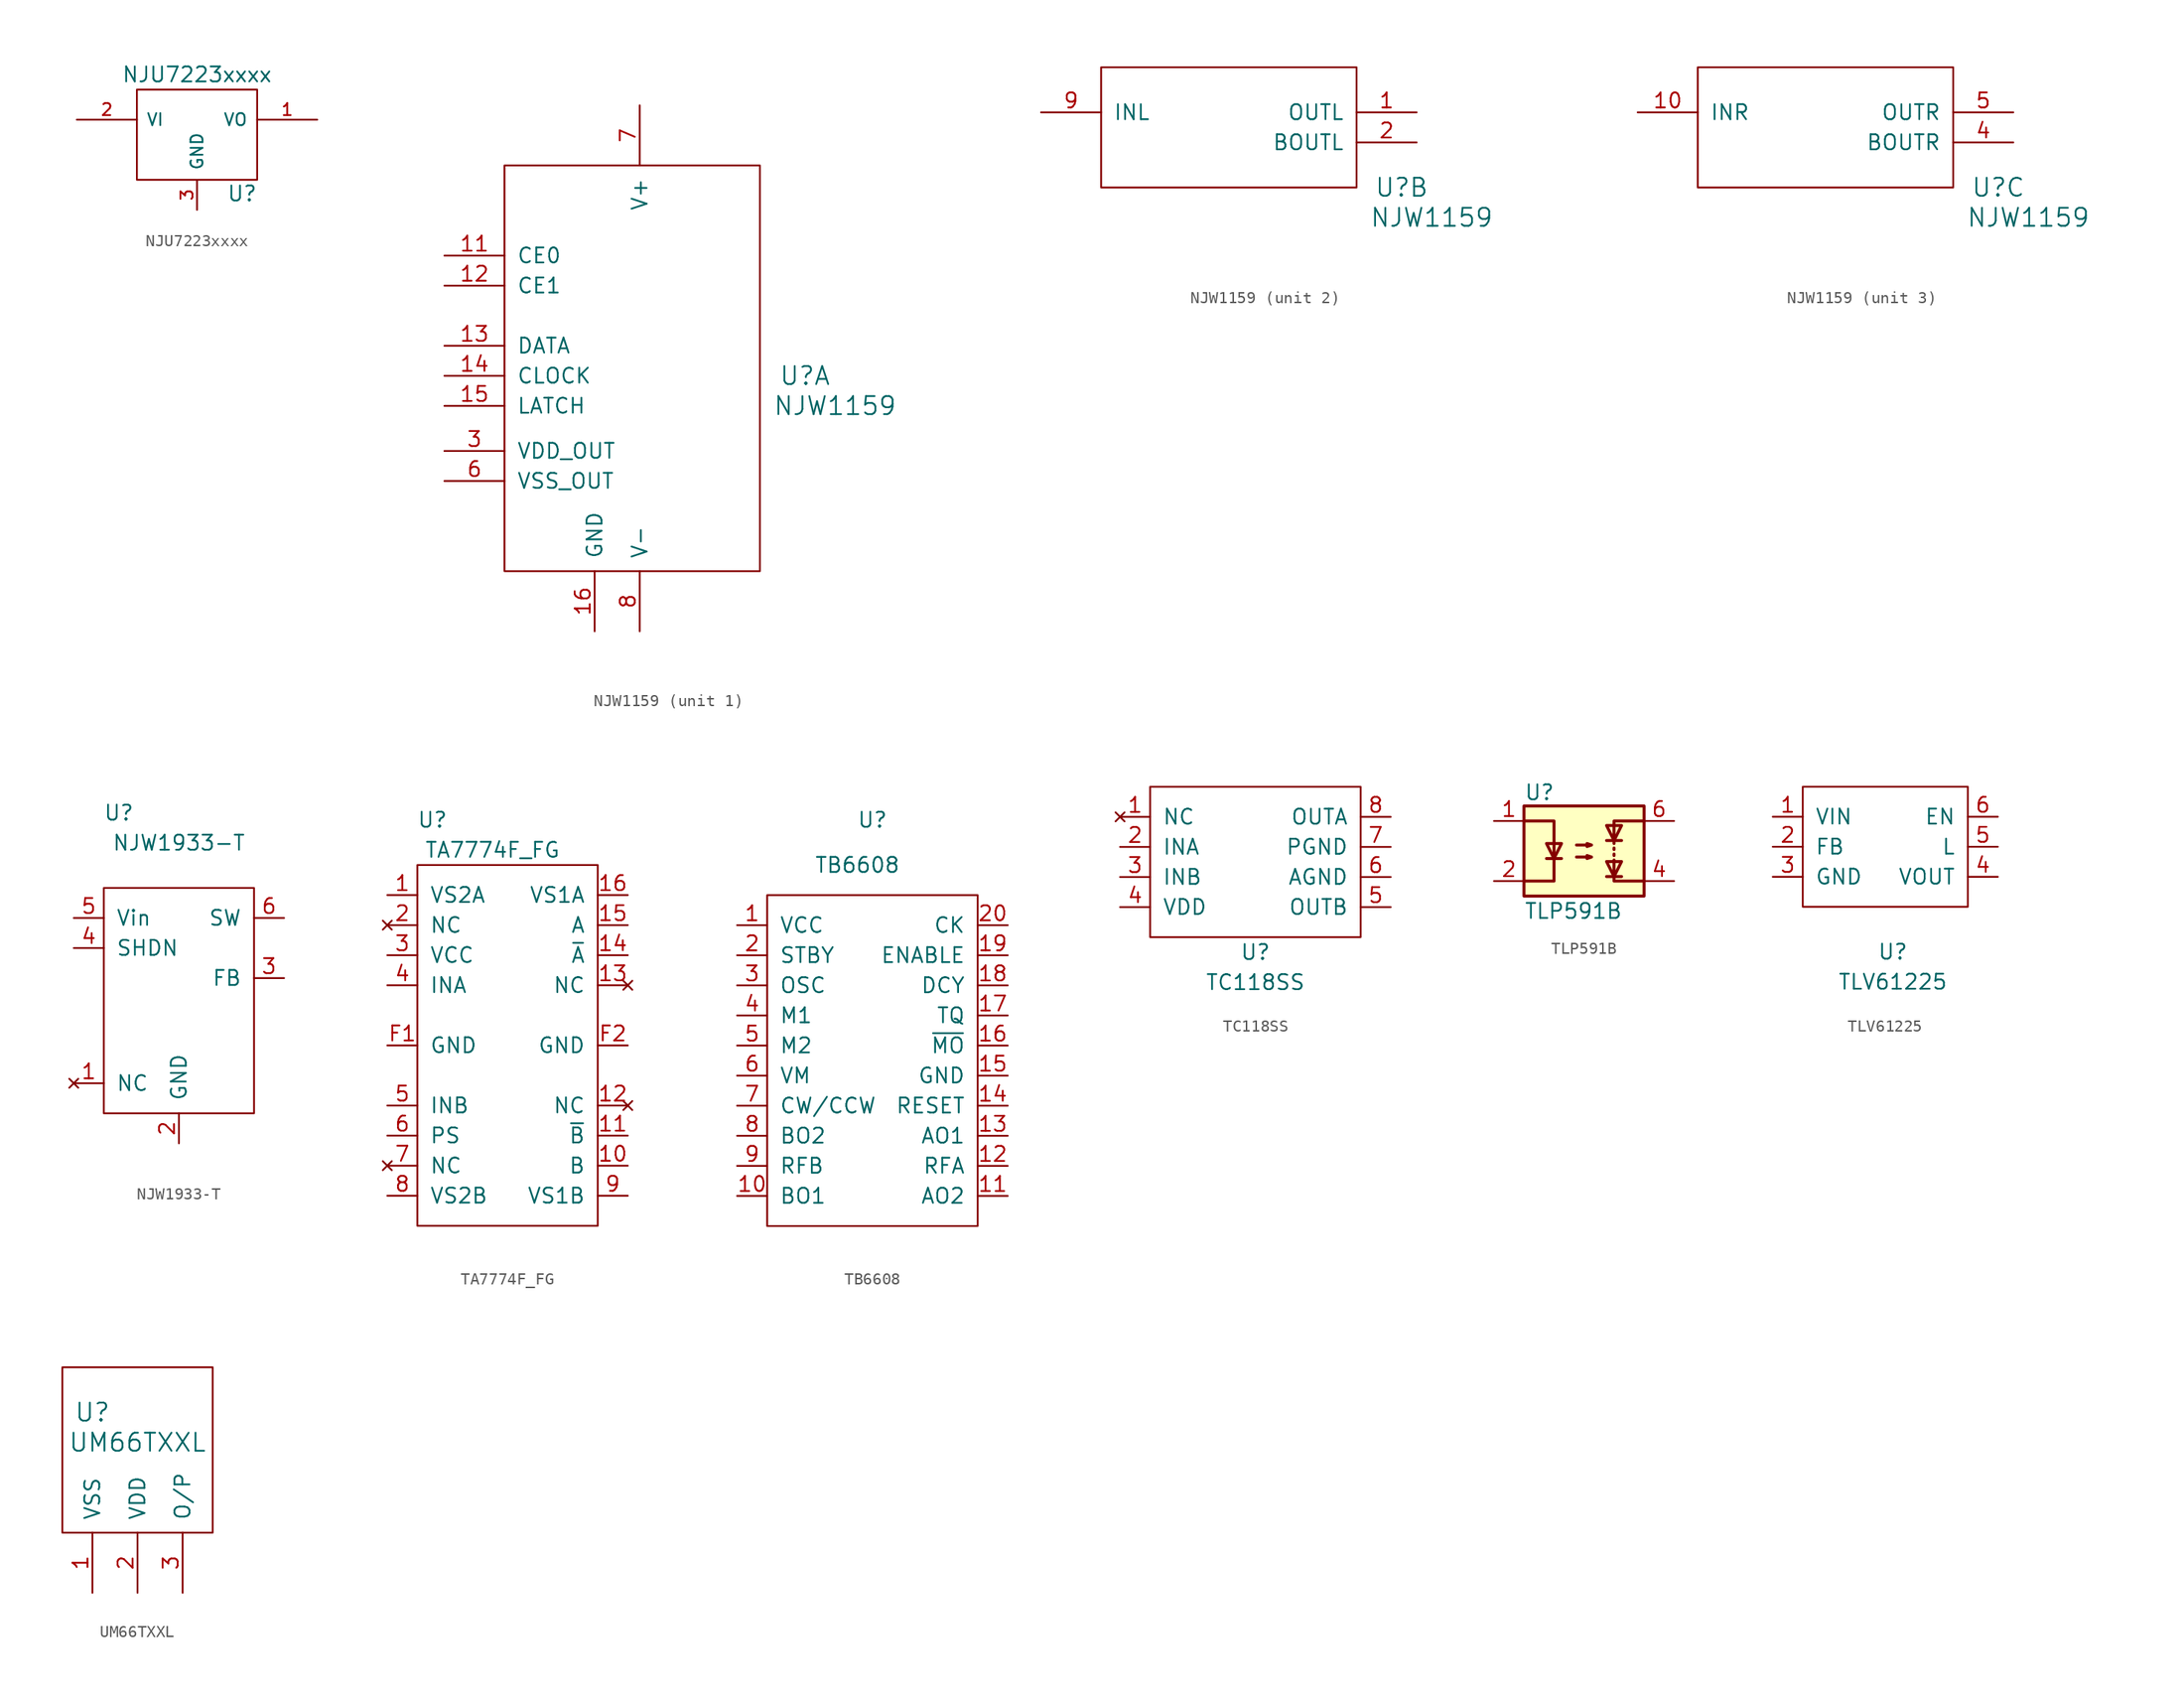
<source format=kicad_sym>
(kicad_symbol_lib
  (version 20220914)
  (generator kicad_symbol_editor)
  (symbol "NJU7223xxxx"
    (pin_names
      (offset 0.762))
    (property "Reference" "U"
      (at 3.81 -4.978 0)
      (effects (font (size 1.27 1.27))))
    (property "Value" "NJU7223xxxx"
      (at 0 5.08 0)
      (effects (font (size 1.27 1.27))))
    (property "Datasheet" ""
      (at 0 0 0)
      (effects (font (size 1.27 1.27))))
    (symbol "NJU7223xxxx_0_1"
      (rectangle (start -5.08 -3.81) (end 5.08 3.81) (stroke (width 0) (type solid)) (fill (type none))))
    (symbol "NJU7223xxxx_1_1"
      (pin power_out line (at 10.16 1.27 180) (length 5.08) (name "VO" (effects (font (size 1.016 1.016)))) (number "1" (effects (font (size 1.016 1.016)))))
      (pin power_in line (at -10.16 1.27 0) (length 5.08) (name "VI" (effects (font (size 1.016 1.016)))) (number "2" (effects (font (size 1.016 1.016)))))
      (pin power_in line (at 0 -6.35 90) (length 2.54) (name "GND" (effects (font (size 1.016 1.016)))) (number "3" (effects (font (size 1.016 1.016)))))))
  (symbol "NJW1159"
    (pin_names
      (offset 1.016))
    (property "Reference" "U"
      (at 15.24 -6.35 0)
      (effects (font (size 1.524 1.524))))
    (property "Value" "NJW1159"
      (at 17.78 -8.89 0)
      (effects (font (size 1.524 1.524))))
    (property "Footprint" ""
      (at -10.16 -12.7 0)
      (effects (font (size 1.524 1.524))))
    (property "Datasheet" ""
      (at -10.16 -12.7 0)
      (effects (font (size 1.524 1.524))))
    (property "ki_locked" ""
      (at 0 0 0)
      (effects (font (size 1.27 1.27))))
    (symbol "NJW1159_1_1"
      (rectangle (start -10.16 11.43) (end 11.43 -22.86) (stroke (width 0) (type solid)) (fill (type none)))
      (pin input line (at -15.24 3.81 0) (length 5.08) (name "CE0" (effects (font (size 1.27 1.27)))) (number "11" (effects (font (size 1.27 1.27)))))
      (pin input line (at -15.24 1.27 0) (length 5.08) (name "CE1" (effects (font (size 1.27 1.27)))) (number "12" (effects (font (size 1.27 1.27)))))
      (pin input line (at -15.24 -3.81 0) (length 5.08) (name "DATA" (effects (font (size 1.27 1.27)))) (number "13" (effects (font (size 1.27 1.27)))))
      (pin input line (at -15.24 -6.35 0) (length 5.08) (name "CLOCK" (effects (font (size 1.27 1.27)))) (number "14" (effects (font (size 1.27 1.27)))))
      (pin input line (at -15.24 -8.89 0) (length 5.08) (name "LATCH" (effects (font (size 1.27 1.27)))) (number "15" (effects (font (size 1.27 1.27)))))
      (pin power_in line (at -2.54 -27.94 90) (length 5.08) (name "GND" (effects (font (size 1.27 1.27)))) (number "16" (effects (font (size 1.27 1.27)))))
      (pin passive line (at -15.24 -12.7 0) (length 5.08) (name "VDD_OUT" (effects (font (size 1.27 1.27)))) (number "3" (effects (font (size 1.27 1.27)))))
      (pin passive line (at -15.24 -15.24 0) (length 5.08) (name "VSS_OUT" (effects (font (size 1.27 1.27)))) (number "6" (effects (font (size 1.27 1.27)))))
      (pin power_in line (at 1.27 16.51 270) (length 5.08) (name "V+" (effects (font (size 1.27 1.27)))) (number "7" (effects (font (size 1.27 1.27)))))
      (pin power_in line (at 1.27 -27.94 90) (length 5.08) (name "V-" (effects (font (size 1.27 1.27)))) (number "8" (effects (font (size 1.27 1.27))))))
    (symbol "NJW1159_2_1"
      (rectangle (start -10.16 3.81) (end 11.43 -6.35) (stroke (width 0) (type solid)) (fill (type none)))
      (pin output line (at 16.51 0 180) (length 5.08) (name "OUTL" (effects (font (size 1.27 1.27)))) (number "1" (effects (font (size 1.27 1.27)))))
      (pin output line (at 16.51 -2.54 180) (length 5.08) (name "BOUTL" (effects (font (size 1.27 1.27)))) (number "2" (effects (font (size 1.27 1.27)))))
      (pin input line (at -15.24 0 0) (length 5.08) (name "INL" (effects (font (size 1.27 1.27)))) (number "9" (effects (font (size 1.27 1.27))))))
    (symbol "NJW1159_3_1"
      (rectangle (start -10.16 3.81) (end 11.43 -6.35) (stroke (width 0) (type solid)) (fill (type none)))
      (pin input line (at -15.24 0 0) (length 5.08) (name "INR" (effects (font (size 1.27 1.27)))) (number "10" (effects (font (size 1.27 1.27)))))
      (pin output line (at 16.51 -2.54 180) (length 5.08) (name "BOUTR" (effects (font (size 1.27 1.27)))) (number "4" (effects (font (size 1.27 1.27)))))
      (pin output line (at 16.51 0 180) (length 5.08) (name "OUTR" (effects (font (size 1.27 1.27)))) (number "5" (effects (font (size 1.27 1.27)))))))
  (symbol "NJW1933-T"
    (pin_names
      (offset 1.016))
    (property "Reference" "U"
      (at -5.08 16.51 0)
      (effects (font (size 1.27 1.27))))
    (property "Value" "NJW1933-T"
      (at 0 13.97 0)
      (effects (font (size 1.27 1.27))))
    (symbol "NJW1933-T_0_0"
      (pin no_connect line (at -8.89 -6.35 0) (length 2.54) (name "NC" (effects (font (size 1.27 1.27)))) (number "1" (effects (font (size 1.27 1.27)))))
      (pin power_in line (at 0 -11.43 90) (length 2.54) (name "GND" (effects (font (size 1.27 1.27)))) (number "2" (effects (font (size 1.27 1.27)))))
      (pin input line (at 8.89 2.54 180) (length 2.54) (name "FB" (effects (font (size 1.27 1.27)))) (number "3" (effects (font (size 1.27 1.27)))))
      (pin input line (at -8.89 5.08 0) (length 2.54) (name "SHDN" (effects (font (size 1.27 1.27)))) (number "4" (effects (font (size 1.27 1.27)))))
      (pin power_in line (at -8.89 7.62 0) (length 2.54) (name "Vin" (effects (font (size 1.27 1.27)))) (number "5" (effects (font (size 1.27 1.27)))))
      (pin output line (at 8.89 7.62 180) (length 2.54) (name "SW" (effects (font (size 1.27 1.27)))) (number "6" (effects (font (size 1.27 1.27))))))
    (symbol "NJW1933-T_0_1"
      (rectangle (start -6.35 10.16) (end 6.35 -8.89) (stroke (width 0) (type solid)) (fill (type none)))))
  (symbol "TA7774F_FG"
    (pin_names
      (offset 1.016))
    (property "Reference" "U"
      (at -6.35 19.05 0)
      (effects (font (size 1.27 1.27))))
    (property "Value" "TA7774F_FG"
      (at -1.27 16.51 0)
      (effects (font (size 1.27 1.27))))
    (symbol "TA7774F_FG_0_0"
      (pin input line (at -10.16 12.7 0) (length 2.54) (name "VS2A" (effects (font (size 1.27 1.27)))) (number "1" (effects (font (size 1.27 1.27)))))
      (pin output line (at 10.16 -10.16 180) (length 2.54) (name "B" (effects (font (size 1.27 1.27)))) (number "10" (effects (font (size 1.27 1.27)))))
      (pin output line (at 10.16 -7.62 180) (length 2.54) (name "~{B}" (effects (font (size 1.27 1.27)))) (number "11" (effects (font (size 1.27 1.27)))))
      (pin no_connect line (at 10.16 -5.08 180) (length 2.54) (name "NC" (effects (font (size 1.27 1.27)))) (number "12" (effects (font (size 1.27 1.27)))))
      (pin no_connect line (at 10.16 5.08 180) (length 2.54) (name "NC" (effects (font (size 1.27 1.27)))) (number "13" (effects (font (size 1.27 1.27)))))
      (pin output line (at 10.16 7.62 180) (length 2.54) (name "~{A}" (effects (font (size 1.27 1.27)))) (number "14" (effects (font (size 1.27 1.27)))))
      (pin output line (at 10.16 10.16 180) (length 2.54) (name "A" (effects (font (size 1.27 1.27)))) (number "15" (effects (font (size 1.27 1.27)))))
      (pin input line (at 10.16 12.7 180) (length 2.54) (name "VS1A" (effects (font (size 1.27 1.27)))) (number "16" (effects (font (size 1.27 1.27)))))
      (pin no_connect line (at -10.16 10.16 0) (length 2.54) (name "NC" (effects (font (size 1.27 1.27)))) (number "2" (effects (font (size 1.27 1.27)))))
      (pin power_in line (at -10.16 7.62 0) (length 2.54) (name "VCC" (effects (font (size 1.27 1.27)))) (number "3" (effects (font (size 1.27 1.27)))))
      (pin input line (at -10.16 5.08 0) (length 2.54) (name "INA" (effects (font (size 1.27 1.27)))) (number "4" (effects (font (size 1.27 1.27)))))
      (pin input line (at -10.16 -5.08 0) (length 2.54) (name "INB" (effects (font (size 1.27 1.27)))) (number "5" (effects (font (size 1.27 1.27)))))
      (pin input line (at -10.16 -7.62 0) (length 2.54) (name "PS" (effects (font (size 1.27 1.27)))) (number "6" (effects (font (size 1.27 1.27)))))
      (pin no_connect line (at -10.16 -10.16 0) (length 2.54) (name "NC" (effects (font (size 1.27 1.27)))) (number "7" (effects (font (size 1.27 1.27)))))
      (pin input line (at -10.16 -12.7 0) (length 2.54) (name "VS2B" (effects (font (size 1.27 1.27)))) (number "8" (effects (font (size 1.27 1.27)))))
      (pin input line (at 10.16 -12.7 180) (length 2.54) (name "VS1B" (effects (font (size 1.27 1.27)))) (number "9" (effects (font (size 1.27 1.27)))))
      (pin power_in line (at -10.16 0 0) (length 2.54) (name "GND" (effects (font (size 1.27 1.27)))) (number "F1" (effects (font (size 1.27 1.27)))))
      (pin power_in line (at 10.16 0 180) (length 2.54) (name "GND" (effects (font (size 1.27 1.27)))) (number "F2" (effects (font (size 1.27 1.27))))))
    (symbol "TA7774F_FG_0_1"
      (rectangle (start -7.62 15.24) (end 7.62 -15.24) (stroke (width 0) (type solid)) (fill (type none)))))
  (symbol "TB6608"
    (pin_names
      (offset 1.016))
    (property "Reference" "U"
      (at 0 20.32 0)
      (effects (font (size 1.27 1.27))))
    (property "Value" "TB6608"
      (at -1.27 16.51 0)
      (effects (font (size 1.27 1.27))))
    (symbol "TB6608_0_0"
      (pin power_in line (at -11.43 11.43 0) (length 2.54) (name "VCC" (effects (font (size 1.27 1.27)))) (number "1" (effects (font (size 1.27 1.27)))))
      (pin output line (at -11.43 -11.43 0) (length 2.54) (name "BO1" (effects (font (size 1.27 1.27)))) (number "10" (effects (font (size 1.27 1.27)))))
      (pin output line (at 11.43 -11.43 180) (length 2.54) (name "AO2" (effects (font (size 1.27 1.27)))) (number "11" (effects (font (size 1.27 1.27)))))
      (pin passive line (at 11.43 -8.89 180) (length 2.54) (name "RFA" (effects (font (size 1.27 1.27)))) (number "12" (effects (font (size 1.27 1.27)))))
      (pin output line (at 11.43 -6.35 180) (length 2.54) (name "AO1" (effects (font (size 1.27 1.27)))) (number "13" (effects (font (size 1.27 1.27)))))
      (pin input line (at 11.43 -3.81 180) (length 2.54) (name "RESET" (effects (font (size 1.27 1.27)))) (number "14" (effects (font (size 1.27 1.27)))))
      (pin power_in line (at 11.43 -1.27 180) (length 2.54) (name "GND" (effects (font (size 1.27 1.27)))) (number "15" (effects (font (size 1.27 1.27)))))
      (pin output line (at 11.43 1.27 180) (length 2.54) (name "~{MO}" (effects (font (size 1.27 1.27)))) (number "16" (effects (font (size 1.27 1.27)))))
      (pin input line (at 11.43 3.81 180) (length 2.54) (name "TQ" (effects (font (size 1.27 1.27)))) (number "17" (effects (font (size 1.27 1.27)))))
      (pin input line (at 11.43 6.35 180) (length 2.54) (name "DCY" (effects (font (size 1.27 1.27)))) (number "18" (effects (font (size 1.27 1.27)))))
      (pin input line (at 11.43 8.89 180) (length 2.54) (name "ENABLE" (effects (font (size 1.27 1.27)))) (number "19" (effects (font (size 1.27 1.27)))))
      (pin input line (at -11.43 8.89 0) (length 2.54) (name "STBY" (effects (font (size 1.27 1.27)))) (number "2" (effects (font (size 1.27 1.27)))))
      (pin input line (at 11.43 11.43 180) (length 2.54) (name "CK" (effects (font (size 1.27 1.27)))) (number "20" (effects (font (size 1.27 1.27)))))
      (pin input line (at -11.43 6.35 0) (length 2.54) (name "OSC" (effects (font (size 1.27 1.27)))) (number "3" (effects (font (size 1.27 1.27)))))
      (pin input line (at -11.43 3.81 0) (length 2.54) (name "M1" (effects (font (size 1.27 1.27)))) (number "4" (effects (font (size 1.27 1.27)))))
      (pin input line (at -11.43 1.27 0) (length 2.54) (name "M2" (effects (font (size 1.27 1.27)))) (number "5" (effects (font (size 1.27 1.27)))))
      (pin power_in line (at -11.43 -1.27 0) (length 2.54) (name "VM" (effects (font (size 1.27 1.27)))) (number "6" (effects (font (size 1.27 1.27)))))
      (pin input line (at -11.43 -3.81 0) (length 2.54) (name "CW/CCW" (effects (font (size 1.27 1.27)))) (number "7" (effects (font (size 1.27 1.27)))))
      (pin output line (at -11.43 -6.35 0) (length 2.54) (name "BO2" (effects (font (size 1.27 1.27)))) (number "8" (effects (font (size 1.27 1.27)))))
      (pin passive line (at -11.43 -8.89 0) (length 2.54) (name "RFB" (effects (font (size 1.27 1.27)))) (number "9" (effects (font (size 1.27 1.27))))))
    (symbol "TB6608_0_1"
      (rectangle (start -8.89 13.97) (end 8.89 -13.97) (stroke (width 0) (type solid)) (fill (type none)))))
  (symbol "TC118SS"
    (pin_names
      (offset 1.016))
    (property "Reference" "U"
      (at -1.27 -6.35 0)
      (effects (font (size 1.27 1.27))))
    (property "Value" "TC118SS"
      (at -1.27 -8.89 0)
      (effects (font (size 1.27 1.27))))
    (symbol "TC118SS_0_1"
      (rectangle (start -10.16 7.62) (end 7.62 -5.08) (stroke (width 0) (type solid)) (fill (type none))))
    (symbol "TC118SS_1_1"
      (pin no_connect line (at -12.7 5.08 0) (length 2.54) (name "NC" (effects (font (size 1.27 1.27)))) (number "1" (effects (font (size 1.27 1.27)))))
      (pin input line (at -12.7 2.54 0) (length 2.54) (name "INA" (effects (font (size 1.27 1.27)))) (number "2" (effects (font (size 1.27 1.27)))))
      (pin input line (at -12.7 0 0) (length 2.54) (name "INB" (effects (font (size 1.27 1.27)))) (number "3" (effects (font (size 1.27 1.27)))))
      (pin power_in line (at -12.7 -2.54 0) (length 2.54) (name "VDD" (effects (font (size 1.27 1.27)))) (number "4" (effects (font (size 1.27 1.27)))))
      (pin output line (at 10.16 -2.54 180) (length 2.54) (name "OUTB" (effects (font (size 1.27 1.27)))) (number "5" (effects (font (size 1.27 1.27)))))
      (pin power_in line (at 10.16 0 180) (length 2.54) (name "AGND" (effects (font (size 1.27 1.27)))) (number "6" (effects (font (size 1.27 1.27)))))
      (pin power_in line (at 10.16 2.54 180) (length 2.54) (name "PGND" (effects (font (size 1.27 1.27)))) (number "7" (effects (font (size 1.27 1.27)))))
      (pin output line (at 10.16 5.08 180) (length 2.54) (name "OUTA" (effects (font (size 1.27 1.27)))) (number "8" (effects (font (size 1.27 1.27)))))))
  (symbol "TLP591B"
    (pin_names
      (offset 1.016))
    (property "Reference" "U"
      (at -5.08 4.953 0)
      (effects (font (size 1.27 1.27)) (justify left)))
    (property "Value" "TLP591B"
      (at -5.08 -5.08 0)
      (effects (font (size 1.27 1.27)) (justify left)))
    (symbol "TLP591B_0_1"
      (rectangle (start -5.08 3.81) (end 5.08 -3.81) (stroke (width 0.254) (type solid)) (fill (type background)))
      (polyline (pts (xy -3.175 -0.635) (xy -1.905 -0.635)) (stroke (width 0.254) (type solid)) (fill (type none)))
      (polyline (pts (xy 2.54 -0.254) (xy 2.54 -0.381)) (stroke (width 0.254) (type solid)) (fill (type none)))
      (polyline (pts (xy 2.54 0.254) (xy 2.54 0.127)) (stroke (width 0.254) (type solid)) (fill (type none)))
      (polyline (pts (xy 2.54 -0.762) (xy 2.54 -2.54) (xy 5.08 -2.54)) (stroke (width 0.254) (type solid)) (fill (type none)))
      (polyline (pts (xy 5.08 2.54) (xy 2.54 2.54) (xy 2.54 0.635)) (stroke (width 0.254) (type solid)) (fill (type none)))
      (polyline (pts (xy -5.08 -2.54) (xy -2.54 -2.54) (xy -2.54 2.54) (xy -5.08 2.54)) (stroke (width 0.254) (type solid)) (fill (type none)))
      (polyline (pts (xy -2.54 -0.635) (xy -3.175 0.635) (xy -1.905 0.635) (xy -2.54 -0.635)) (stroke (width 0.254) (type solid)) (fill (type none)))
      (polyline (pts (xy -0.635 -0.508) (xy 0.635 -0.508) (xy 0.254 -0.635) (xy 0.254 -0.381) (xy 0.635 -0.508)) (stroke (width 0.254) (type solid)) (fill (type none)))
      (polyline (pts (xy -0.635 0.508) (xy 0.635 0.508) (xy 0.254 0.381) (xy 0.254 0.635) (xy 0.635 0.508)) (stroke (width 0.254) (type solid)) (fill (type none))))
    (symbol "TLP591B_1_1"
      (polyline (pts (xy 1.905 -2.159) (xy 3.175 -2.159)) (stroke (width 0.254) (type solid)) (fill (type none)))
      (polyline (pts (xy 1.905 0.889) (xy 3.175 0.889)) (stroke (width 0.254) (type solid)) (fill (type none)))
      (polyline (pts (xy 2.54 -2.159) (xy 1.905 -0.889) (xy 3.175 -0.889) (xy 2.54 -2.159)) (stroke (width 0.254) (type solid)) (fill (type none)))
      (polyline (pts (xy 2.54 0.889) (xy 1.905 2.159) (xy 3.175 2.159) (xy 2.54 0.889)) (stroke (width 0.254) (type solid)) (fill (type none)))
      (pin passive line (at -7.62 2.54 0) (length 2.54) (name "~" (effects (font (size 1.27 1.27)))) (number "1" (effects (font (size 1.27 1.27)))))
      (pin passive line (at -7.62 -2.54 0) (length 2.54) (name "~" (effects (font (size 1.27 1.27)))) (number "2" (effects (font (size 1.27 1.27)))))
      (pin passive line (at 7.62 -2.54 180) (length 2.54) (name "~" (effects (font (size 1.27 1.27)))) (number "4" (effects (font (size 1.27 1.27)))))
      (pin passive line (at 7.62 2.54 180) (length 2.54) (name "~" (effects (font (size 1.27 1.27)))) (number "6" (effects (font (size 1.27 1.27)))))))
  (symbol "TLV61225"
    (pin_names
      (offset 1.016))
    (property "Reference" "U"
      (at 0 -8.89 0)
      (effects (font (size 1.27 1.27))))
    (property "Value" "TLV61225"
      (at 0 -11.43 0)
      (effects (font (size 1.27 1.27))))
    (symbol "TLV61225_0_1"
      (rectangle (start -7.62 5.08) (end 6.35 -5.08) (stroke (width 0) (type solid)) (fill (type none))))
    (symbol "TLV61225_1_1"
      (pin power_in line (at -10.16 2.54 0) (length 2.54) (name "VIN" (effects (font (size 1.27 1.27)))) (number "1" (effects (font (size 1.27 1.27)))))
      (pin input line (at -10.16 0 0) (length 2.54) (name "FB" (effects (font (size 1.27 1.27)))) (number "2" (effects (font (size 1.27 1.27)))))
      (pin power_in line (at -10.16 -2.54 0) (length 2.54) (name "GND" (effects (font (size 1.27 1.27)))) (number "3" (effects (font (size 1.27 1.27)))))
      (pin power_out line (at 8.89 -2.54 180) (length 2.54) (name "VOUT" (effects (font (size 1.27 1.27)))) (number "4" (effects (font (size 1.27 1.27)))))
      (pin input line (at 8.89 0 180) (length 2.54) (name "L" (effects (font (size 1.27 1.27)))) (number "5" (effects (font (size 1.27 1.27)))))
      (pin input line (at 8.89 2.54 180) (length 2.54) (name "EN" (effects (font (size 1.27 1.27)))) (number "6" (effects (font (size 1.27 1.27)))))))
  (symbol "UM66TXXL"
    (pin_names
      (offset 1.016))
    (property "Reference" "U"
      (at -3.81 15.24 0)
      (effects (font (size 1.524 1.524))))
    (property "Value" "UM66TXXL"
      (at 0 12.7 0)
      (effects (font (size 1.524 1.524))))
    (property "Footprint" ""
      (at -1.27 8.89 0)
      (effects (font (size 1.524 1.524))))
    (property "Datasheet" ""
      (at -1.27 8.89 0)
      (effects (font (size 1.524 1.524))))
    (symbol "UM66TXXL_0_1"
      (rectangle (start -6.35 19.05) (end 6.35 5.08) (stroke (width 0) (type solid)) (fill (type none))))
    (symbol "UM66TXXL_1_1"
      (pin power_in line (at -3.81 0 90) (length 5.08) (name "VSS" (effects (font (size 1.27 1.27)))) (number "1" (effects (font (size 1.27 1.27)))))
      (pin power_in line (at 0 0 90) (length 5.08) (name "VDD" (effects (font (size 1.27 1.27)))) (number "2" (effects (font (size 1.27 1.27)))))
      (pin output line (at 3.81 0 90) (length 5.08) (name "O/P" (effects (font (size 1.27 1.27)))) (number "3" (effects (font (size 1.27 1.27))))))))
</source>
